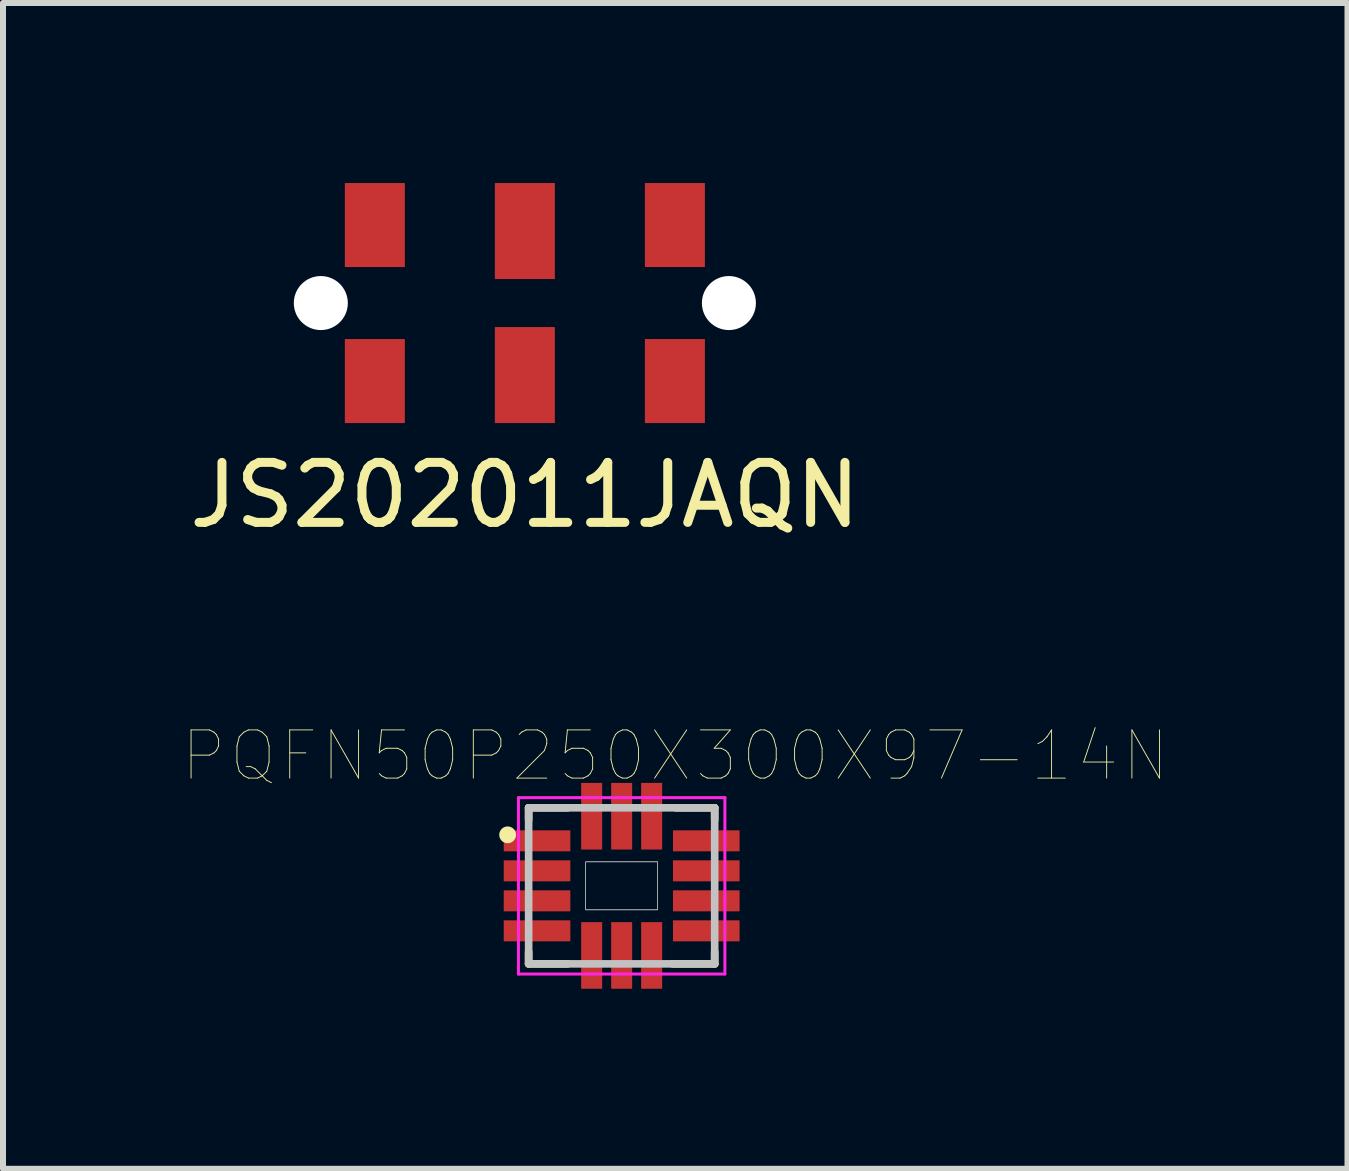
<source format=kicad_pcb>
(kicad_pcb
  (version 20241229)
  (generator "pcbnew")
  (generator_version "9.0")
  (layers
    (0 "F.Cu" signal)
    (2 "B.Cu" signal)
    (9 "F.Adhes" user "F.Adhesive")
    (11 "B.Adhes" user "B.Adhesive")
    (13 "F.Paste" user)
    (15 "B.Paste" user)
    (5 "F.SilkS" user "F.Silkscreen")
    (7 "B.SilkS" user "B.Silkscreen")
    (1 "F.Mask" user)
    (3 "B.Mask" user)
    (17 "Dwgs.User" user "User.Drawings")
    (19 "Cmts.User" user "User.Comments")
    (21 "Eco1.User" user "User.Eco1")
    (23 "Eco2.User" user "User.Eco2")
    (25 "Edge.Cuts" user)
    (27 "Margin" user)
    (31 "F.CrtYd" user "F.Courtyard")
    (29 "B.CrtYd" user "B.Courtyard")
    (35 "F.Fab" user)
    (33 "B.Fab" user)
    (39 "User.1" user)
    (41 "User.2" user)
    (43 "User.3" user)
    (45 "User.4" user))
  (footprint "JS202011JAQN"
    (layer "F.Cu")
    (at 5.696 2)
    (property "Reference" "JS202011JAQN" (at 0 3.2 0) (layer "F.SilkS") (effects (font (size 1 1) (thickness 0.15))))
    (attr through_hole)
    (pad "" np_thru_hole circle (at -3.4 0) (size 0.9 0.9) (drill 0.9) (layers "*.Cu" "*.Mask"))
    (pad "" np_thru_hole circle (at 3.4 0) (size 0.9 0.9) (drill 0.9) (layers "*.Cu" "*.Mask"))
    (pad "1" smd rect (at -2.5 -1.2) (size 1 1.4) (drill (offset 0 -0.1)) (layers "F.Cu" "F.Mask" "F.Paste"))
    (pad "2" smd rect (at 0 -1.2) (size 1 1.6) (layers "F.Cu" "F.Mask" "F.Paste"))
    (pad "3" smd rect (at 2.5 -1.2) (size 1 1.4) (drill (offset 0 -0.1)) (layers "F.Cu" "F.Mask" "F.Paste"))
    (pad "4" smd rect (at -2.5 1.2) (size 1 1.4) (drill (offset 0 0.1)) (layers "F.Cu" "F.Mask" "F.Paste"))
    (pad "5" smd rect (at 0 1.2) (size 1 1.6) (layers "F.Cu" "F.Mask" "F.Paste"))
    (pad "6" smd rect (at 2.5 1.2) (size 1 1.4) (drill (offset 0 0.1)) (layers "F.Cu" "F.Mask" "F.Paste")))
  (footprint "PQFN50P250X300X97-14N"
    (layer "F.Cu")
    (at 7.309 11.711)
    (property "Reference" "PQFN50P250X300X97-14N" (at 0.893 -2.166 0) (layer "F.SilkS") (effects (font (size 0.803 0.803) (thickness 0.015))))
    (attr through_hole)
    (fp_line (start -1.55 -1.3) (end -0.9 -1.3) (stroke (width 0.127) (type solid)) (layer "F.SilkS"))
    (fp_line (start -1.55 -1.1) (end -1.55 -1.3) (stroke (width 0.127) (type solid)) (layer "F.SilkS"))
    (fp_line (start -1.55 1.1) (end -1.55 1.3) (stroke (width 0.127) (type solid)) (layer "F.SilkS"))
    (fp_line (start -1.55 1.3) (end -0.9 1.3) (stroke (width 0.127) (type solid)) (layer "F.SilkS"))
    (fp_line (start 0.85 1.3) (end 1.55 1.3) (stroke (width 0.127) (type solid)) (layer "F.SilkS"))
    (fp_line (start 0.9 -1.3) (end 1.55 -1.3) (stroke (width 0.127) (type solid)) (layer "F.SilkS"))
    (fp_line (start 1.55 -1.3) (end 1.55 -1.1) (stroke (width 0.127) (type solid)) (layer "F.SilkS"))
    (fp_line (start 1.55 1.3) (end 1.55 1.1) (stroke (width 0.127) (type solid)) (layer "F.SilkS"))
    (fp_circle (center -1.9 -0.85) (end -1.83 -0.85) (stroke (width 0.14) (type solid)) (fill no) (layer "F.SilkS"))
    (fp_line (start -1.55 -1.3) (end 1.55 -1.3) (stroke (width 0.127) (type solid)) (layer "Dwgs.User"))
    (fp_line (start -1.55 1.3) (end -1.55 -1.3) (stroke (width 0.127) (type solid)) (layer "Dwgs.User"))
    (fp_line (start 1.55 -1.3) (end 1.55 1.3) (stroke (width 0.127) (type solid)) (layer "Dwgs.User"))
    (fp_line (start 1.55 1.3) (end -1.55 1.3) (stroke (width 0.127) (type solid)) (layer "Dwgs.User"))
    (fp_poly (pts (xy -0.6 -0.4) (xy 0.6 -0.4) (xy 0.6 0.4) (xy -0.6 0.4)) (stroke (width 0.01) (type solid)) (fill no) (layer "Dwgs.User"))
    (fp_poly (pts (xy -0.6 -0.4) (xy 0.6 -0.4) (xy 0.6 0.4) (xy -0.6 0.4)) (stroke (width 0.01) (type solid)) (fill no) (layer "Dwgs.User"))
    (fp_line (start -1.72 -1.47) (end -1.72 1.47) (stroke (width 0.05) (type solid)) (layer "F.CrtYd"))
    (fp_line (start -1.72 1.47) (end 1.72 1.47) (stroke (width 0.05) (type solid)) (layer "F.CrtYd"))
    (fp_line (start 1.72 -1.47) (end -1.72 -1.47) (stroke (width 0.05) (type solid)) (layer "F.CrtYd"))
    (fp_line (start 1.72 1.47) (end 1.72 -1.47) (stroke (width 0.05) (type solid)) (layer "F.CrtYd"))
    (pad "1" smd rect (at -1.16 -0.75) (size 1.11 0.35) (drill (offset -0.25 0)) (layers "F.Cu" "F.Mask" "F.Paste"))
    (pad "2" smd rect (at -1.16 -0.25) (size 1.11 0.35) (drill (offset -0.25 0)) (layers "F.Cu" "F.Mask" "F.Paste"))
    (pad "3" smd rect (at -1.16 0.25) (size 1.11 0.35) (drill (offset -0.25 0)) (layers "F.Cu" "F.Mask" "F.Paste"))
    (pad "4" smd rect (at -1.16 0.75) (size 1.11 0.35) (drill (offset -0.25 0)) (layers "F.Cu" "F.Mask" "F.Paste"))
    (pad "5" smd rect (at -0.5 0.91) (size 0.35 1.11) (drill (offset 0 0.25)) (layers "F.Cu" "F.Mask" "F.Paste"))
    (pad "6" smd rect (at 0 0.91) (size 0.35 1.11) (drill (offset 0 0.25)) (layers "F.Cu" "F.Mask" "F.Paste"))
    (pad "7" smd rect (at 0.5 0.91) (size 0.35 1.11) (drill (offset 0 0.25)) (layers "F.Cu" "F.Mask" "F.Paste"))
    (pad "8" smd rect (at 1.16 0.75) (size 1.11 0.35) (drill (offset 0.25 0)) (layers "F.Cu" "F.Mask" "F.Paste"))
    (pad "9" smd rect (at 1.16 0.25) (size 1.11 0.35) (drill (offset 0.25 0)) (layers "F.Cu" "F.Mask" "F.Paste"))
    (pad "10" smd rect (at 1.16 -0.25) (size 1.11 0.35) (drill (offset 0.25 0)) (layers "F.Cu" "F.Mask" "F.Paste"))
    (pad "11" smd rect (at 1.16 -0.75) (size 1.11 0.35) (drill (offset 0.25 0)) (layers "F.Cu" "F.Mask" "F.Paste"))
    (pad "12" smd rect (at 0.5 -0.91) (size 0.35 1.11) (drill (offset 0 -0.25)) (layers "F.Cu" "F.Mask" "F.Paste"))
    (pad "13" smd rect (at 0 -0.91) (size 0.35 1.11) (drill (offset 0 -0.25)) (layers "F.Cu" "F.Mask" "F.Paste"))
    (pad "14" smd rect (at -0.5 -0.91) (size 0.35 1.11) (drill (offset 0 -0.25)) (layers "F.Cu" "F.Mask" "F.Paste")))
  (gr_rect
    (start -3 -3)
    (end 19.404 16.426)
    (stroke (width 0.1) (type default))
    (fill no)
    (layer "Edge.Cuts")))
</source>
